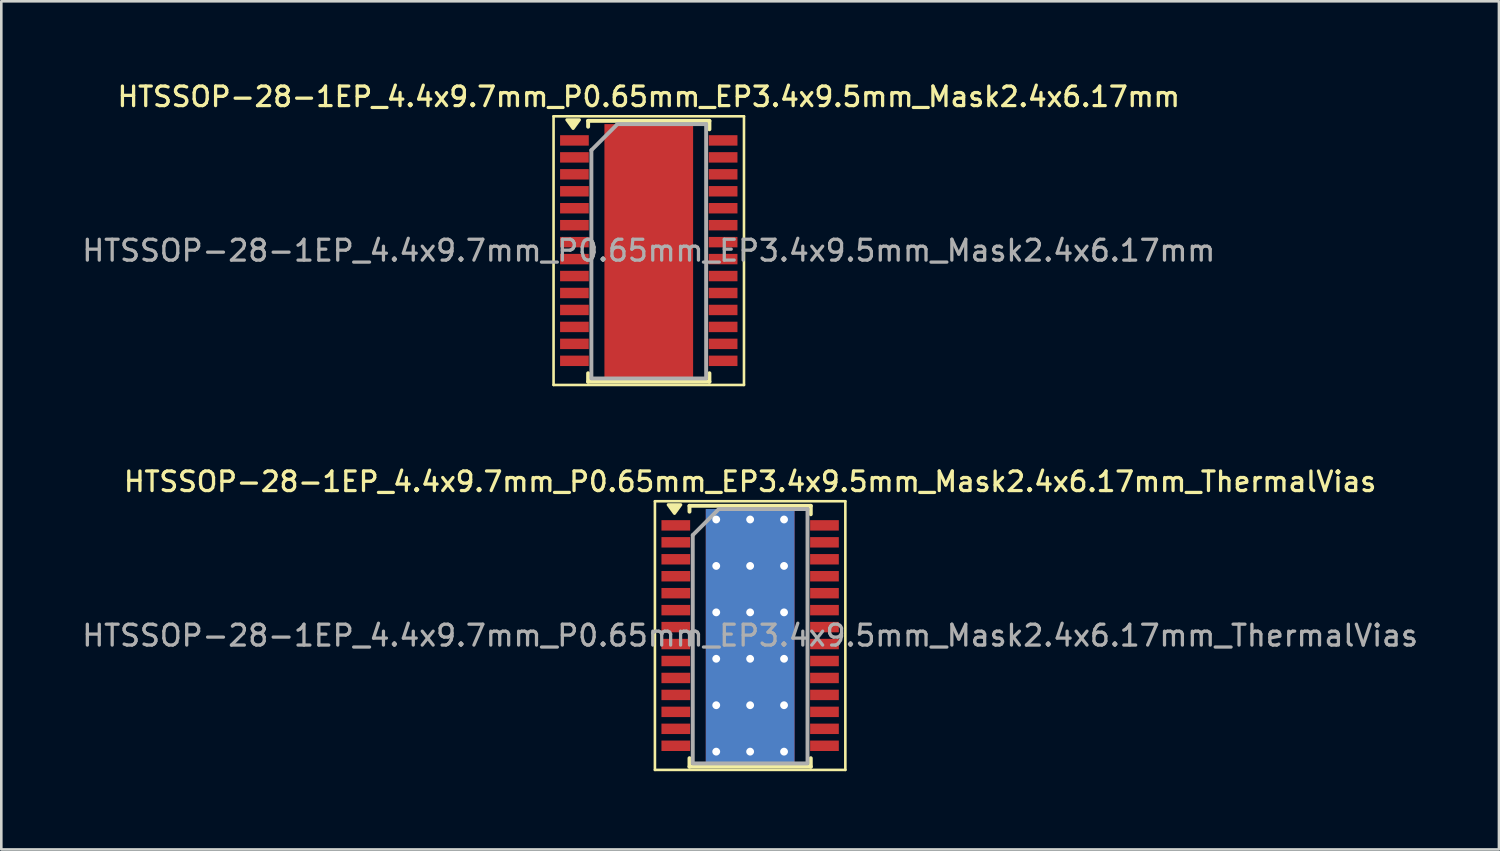
<source format=kicad_pcb>
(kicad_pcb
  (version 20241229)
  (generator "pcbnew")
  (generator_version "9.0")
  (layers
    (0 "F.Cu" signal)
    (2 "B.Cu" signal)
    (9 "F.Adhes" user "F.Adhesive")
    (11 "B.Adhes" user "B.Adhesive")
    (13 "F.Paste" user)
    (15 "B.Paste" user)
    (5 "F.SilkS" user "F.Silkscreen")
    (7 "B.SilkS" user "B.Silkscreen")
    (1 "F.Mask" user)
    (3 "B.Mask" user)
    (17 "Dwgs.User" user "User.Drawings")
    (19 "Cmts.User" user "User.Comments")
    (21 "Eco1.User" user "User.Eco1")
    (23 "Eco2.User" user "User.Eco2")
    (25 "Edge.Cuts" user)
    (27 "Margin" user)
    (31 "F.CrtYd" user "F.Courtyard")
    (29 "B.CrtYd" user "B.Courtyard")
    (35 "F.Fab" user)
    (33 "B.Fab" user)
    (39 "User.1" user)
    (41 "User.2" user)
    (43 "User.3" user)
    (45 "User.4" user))
  (footprint "HTSSOP-28-1EP_4.4x9.7mm_P0.65mm_EP3.4x9.5mm_Mask2.4x6.17mm"
    (layer "F.Cu")
    (at 21.822 6.558)
    (property "Reference" "HTSSOP-28-1EP_4.4x9.7mm_P0.65mm_EP3.4x9.5mm_Mask2.4x6.17mm" (at 0 -5.9 0) (layer "F.SilkS") (effects (font (size 0.75 0.75) (thickness 0.125))))
    (attr smd)
    (fp_line (start -3.65 -5.15) (end -3.65 5.15) (stroke (width 0.1) (type solid)) (layer "F.SilkS"))
    (fp_line (start -3.65 -5.15) (end 3.65 -5.15) (stroke (width 0.1) (type solid)) (layer "F.SilkS"))
    (fp_line (start -3.65 5.15) (end 3.65 5.15) (stroke (width 0.1) (type solid)) (layer "F.SilkS"))
    (fp_line (start -2.325 -4.975) (end -2.325 -4.75) (stroke (width 0.15) (type solid)) (layer "F.SilkS"))
    (fp_line (start -2.325 -4.975) (end 2.325 -4.975) (stroke (width 0.15) (type solid)) (layer "F.SilkS"))
    (fp_line (start -2.325 5.026) (end -2.325 4.701) (stroke (width 0.15) (type solid)) (layer "F.SilkS"))
    (fp_line (start -2.325 5.026) (end 2.325 5.026) (stroke (width 0.15) (type solid)) (layer "F.SilkS"))
    (fp_line (start 2.325 -4.975) (end 2.325 -4.65) (stroke (width 0.15) (type solid)) (layer "F.SilkS"))
    (fp_line (start 2.325 5.026) (end 2.325 4.701) (stroke (width 0.15) (type solid)) (layer "F.SilkS"))
    (fp_line (start 3.65 -5.15) (end 3.65 5.15) (stroke (width 0.1) (type solid)) (layer "F.SilkS"))
    (fp_poly (pts (xy -2.9 -4.685) (xy -3.14 -5.015) (xy -2.66 -5.015) (xy -2.9 -4.685)) (stroke (width 0.12) (type solid)) (fill yes) (layer "F.SilkS"))
    (fp_line (start -2.2 -3.85) (end -1.2 -4.85) (stroke (width 0.15) (type solid)) (layer "F.Fab"))
    (fp_line (start -2.2 4.85) (end -2.2 -3.85) (stroke (width 0.15) (type solid)) (layer "F.Fab"))
    (fp_line (start -1.2 -4.85) (end 2.2 -4.85) (stroke (width 0.15) (type solid)) (layer "F.Fab"))
    (fp_line (start 2.2 -4.85) (end 2.2 4.85) (stroke (width 0.15) (type solid)) (layer "F.Fab"))
    (fp_line (start 2.2 4.901) (end -2.2 4.901) (stroke (width 0.15) (type solid)) (layer "F.Fab"))
    (fp_text user "${REFERENCE}" (at 0 0 0) (layer "F.Fab") (effects (font (size 0.8 0.8) (thickness 0.125))))
    (pad "" smd rect (at -0.6 -2.468) (size 0.9 0.93) (layers "F.Paste"))
    (pad "" smd rect (at -0.6 -1.234) (size 0.9 0.93) (layers "F.Paste"))
    (pad "" smd rect (at -0.6 0) (size 0.9 0.93) (layers "F.Paste"))
    (pad "" smd rect (at -0.6 1.234) (size 0.9 0.93) (layers "F.Paste"))
    (pad "" smd rect (at -0.6 2.468) (size 0.9 0.93) (layers "F.Paste"))
    (pad "" smd rect (at 0 0) (size 2.4 6.17) (layers "F.Mask"))
    (pad "" smd rect (at 0.6 -2.468) (size 0.9 0.93) (layers "F.Paste"))
    (pad "" smd rect (at 0.6 -1.234) (size 0.9 0.93) (layers "F.Paste"))
    (pad "" smd rect (at 0.6 0) (size 0.9 0.93) (layers "F.Paste"))
    (pad "" smd rect (at 0.6 1.234) (size 0.9 0.93) (layers "F.Paste"))
    (pad "" smd rect (at 0.6 2.468) (size 0.9 0.93) (layers "F.Paste"))
    (pad "1" smd rect (at -2.85 -4.225) (size 1.1 0.4) (layers "F.Cu" "F.Mask" "F.Paste"))
    (pad "2" smd rect (at -2.85 -3.575) (size 1.1 0.4) (layers "F.Cu" "F.Mask" "F.Paste"))
    (pad "3" smd rect (at -2.85 -2.925) (size 1.1 0.4) (layers "F.Cu" "F.Mask" "F.Paste"))
    (pad "4" smd rect (at -2.85 -2.275) (size 1.1 0.4) (layers "F.Cu" "F.Mask" "F.Paste"))
    (pad "5" smd rect (at -2.85 -1.625) (size 1.1 0.4) (layers "F.Cu" "F.Mask" "F.Paste"))
    (pad "6" smd rect (at -2.85 -0.975) (size 1.1 0.4) (layers "F.Cu" "F.Mask" "F.Paste"))
    (pad "7" smd rect (at -2.85 -0.325) (size 1.1 0.4) (layers "F.Cu" "F.Mask" "F.Paste"))
    (pad "8" smd rect (at -2.85 0.325) (size 1.1 0.4) (layers "F.Cu" "F.Mask" "F.Paste"))
    (pad "9" smd rect (at -2.85 0.975) (size 1.1 0.4) (layers "F.Cu" "F.Mask" "F.Paste"))
    (pad "10" smd rect (at -2.85 1.625) (size 1.1 0.4) (layers "F.Cu" "F.Mask" "F.Paste"))
    (pad "11" smd rect (at -2.85 2.275) (size 1.1 0.4) (layers "F.Cu" "F.Mask" "F.Paste"))
    (pad "12" smd rect (at -2.85 2.925) (size 1.1 0.4) (layers "F.Cu" "F.Mask" "F.Paste"))
    (pad "13" smd rect (at -2.85 3.575) (size 1.1 0.4) (layers "F.Cu" "F.Mask" "F.Paste"))
    (pad "14" smd rect (at -2.85 4.225) (size 1.1 0.4) (layers "F.Cu" "F.Mask" "F.Paste"))
    (pad "15" smd rect (at 2.85 4.225) (size 1.1 0.4) (layers "F.Cu" "F.Mask" "F.Paste"))
    (pad "16" smd rect (at 2.85 3.575) (size 1.1 0.4) (layers "F.Cu" "F.Mask" "F.Paste"))
    (pad "17" smd rect (at 2.85 2.925) (size 1.1 0.4) (layers "F.Cu" "F.Mask" "F.Paste"))
    (pad "18" smd rect (at 2.85 2.275) (size 1.1 0.4) (layers "F.Cu" "F.Mask" "F.Paste"))
    (pad "19" smd rect (at 2.85 1.625) (size 1.1 0.4) (layers "F.Cu" "F.Mask" "F.Paste"))
    (pad "20" smd rect (at 2.85 0.975) (size 1.1 0.4) (layers "F.Cu" "F.Mask" "F.Paste"))
    (pad "21" smd rect (at 2.85 0.325) (size 1.1 0.4) (layers "F.Cu" "F.Mask" "F.Paste"))
    (pad "22" smd rect (at 2.85 -0.325) (size 1.1 0.4) (layers "F.Cu" "F.Mask" "F.Paste"))
    (pad "23" smd rect (at 2.85 -0.975) (size 1.1 0.4) (layers "F.Cu" "F.Mask" "F.Paste"))
    (pad "24" smd rect (at 2.85 -1.625) (size 1.1 0.4) (layers "F.Cu" "F.Mask" "F.Paste"))
    (pad "25" smd rect (at 2.85 -2.275) (size 1.1 0.4) (layers "F.Cu" "F.Mask" "F.Paste"))
    (pad "26" smd rect (at 2.85 -2.925) (size 1.1 0.4) (layers "F.Cu" "F.Mask" "F.Paste"))
    (pad "27" smd rect (at 2.85 -3.575) (size 1.1 0.4) (layers "F.Cu" "F.Mask" "F.Paste"))
    (pad "28" smd rect (at 2.85 -4.225) (size 1.1 0.4) (layers "F.Cu" "F.Mask" "F.Paste"))
    (pad "29" smd rect (at 0 0) (size 3.4 9.7) (layers "F.Cu")))
  (footprint "HTSSOP-28-1EP_4.4x9.7mm_P0.65mm_EP3.4x9.5mm_Mask2.4x6.17mm_ThermalVias"
    (layer "F.Cu")
    (at 25.708 21.316)
    (property "Reference" "HTSSOP-28-1EP_4.4x9.7mm_P0.65mm_EP3.4x9.5mm_Mask2.4x6.17mm_ThermalVias" (at 0 -5.9 0) (layer "F.SilkS") (effects (font (size 0.75 0.75) (thickness 0.125))))
    (attr smd)
    (fp_line (start -3.65 -5.15) (end -3.65 5.15) (stroke (width 0.1) (type solid)) (layer "F.SilkS"))
    (fp_line (start -3.65 -5.15) (end 3.65 -5.15) (stroke (width 0.1) (type solid)) (layer "F.SilkS"))
    (fp_line (start -3.65 5.15) (end 3.65 5.15) (stroke (width 0.1) (type solid)) (layer "F.SilkS"))
    (fp_line (start -2.325 -4.975) (end -2.325 -4.75) (stroke (width 0.15) (type solid)) (layer "F.SilkS"))
    (fp_line (start -2.325 -4.975) (end 2.325 -4.975) (stroke (width 0.15) (type solid)) (layer "F.SilkS"))
    (fp_line (start -2.325 5.026) (end -2.325 4.701) (stroke (width 0.15) (type solid)) (layer "F.SilkS"))
    (fp_line (start -2.325 5.026) (end 2.325 5.026) (stroke (width 0.15) (type solid)) (layer "F.SilkS"))
    (fp_line (start 2.325 -4.975) (end 2.325 -4.65) (stroke (width 0.15) (type solid)) (layer "F.SilkS"))
    (fp_line (start 2.325 5.026) (end 2.325 4.701) (stroke (width 0.15) (type solid)) (layer "F.SilkS"))
    (fp_line (start 3.65 -5.15) (end 3.65 5.15) (stroke (width 0.1) (type solid)) (layer "F.SilkS"))
    (fp_poly (pts (xy -2.9 -4.685) (xy -3.14 -5.015) (xy -2.66 -5.015) (xy -2.9 -4.685)) (stroke (width 0.12) (type solid)) (fill yes) (layer "F.SilkS"))
    (fp_line (start -2.2 -3.85) (end -1.2 -4.85) (stroke (width 0.15) (type solid)) (layer "F.Fab"))
    (fp_line (start -2.2 4.85) (end -2.2 -3.85) (stroke (width 0.15) (type solid)) (layer "F.Fab"))
    (fp_line (start -1.2 -4.85) (end 2.2 -4.85) (stroke (width 0.15) (type solid)) (layer "F.Fab"))
    (fp_line (start 2.2 -4.85) (end 2.2 4.85) (stroke (width 0.15) (type solid)) (layer "F.Fab"))
    (fp_line (start 2.2 4.901) (end -2.2 4.901) (stroke (width 0.15) (type solid)) (layer "F.Fab"))
    (fp_text user "${REFERENCE}" (at 0 0 0) (layer "F.Fab") (effects (font (size 0.8 0.8) (thickness 0.125))))
    (pad "" smd rect (at -0.6 -1.78) (size 0.9 1.4) (layers "F.Paste"))
    (pad "" smd rect (at -0.6 0) (size 0.9 1.4) (layers "F.Paste"))
    (pad "" smd rect (at -0.6 1.78) (size 0.9 1.4) (layers "F.Paste"))
    (pad "" smd rect (at 0 0) (size 2.4 6.17) (layers "F.Mask"))
    (pad "" smd rect (at 0.6 -1.78) (size 0.9 1.4) (layers "F.Paste"))
    (pad "" smd rect (at 0.6 0) (size 0.9 1.4) (layers "F.Paste"))
    (pad "" smd rect (at 0.6 1.78) (size 0.9 1.4) (layers "F.Paste"))
    (pad "1" smd rect (at -2.85 -4.225) (size 1.1 0.4) (layers "F.Cu" "F.Mask" "F.Paste"))
    (pad "2" smd rect (at -2.85 -3.575) (size 1.1 0.4) (layers "F.Cu" "F.Mask" "F.Paste"))
    (pad "3" smd rect (at -2.85 -2.925) (size 1.1 0.4) (layers "F.Cu" "F.Mask" "F.Paste"))
    (pad "4" smd rect (at -2.85 -2.275) (size 1.1 0.4) (layers "F.Cu" "F.Mask" "F.Paste"))
    (pad "5" smd rect (at -2.85 -1.625) (size 1.1 0.4) (layers "F.Cu" "F.Mask" "F.Paste"))
    (pad "6" smd rect (at -2.85 -0.975) (size 1.1 0.4) (layers "F.Cu" "F.Mask" "F.Paste"))
    (pad "7" smd rect (at -2.85 -0.325) (size 1.1 0.4) (layers "F.Cu" "F.Mask" "F.Paste"))
    (pad "8" smd rect (at -2.85 0.325) (size 1.1 0.4) (layers "F.Cu" "F.Mask" "F.Paste"))
    (pad "9" smd rect (at -2.85 0.975) (size 1.1 0.4) (layers "F.Cu" "F.Mask" "F.Paste"))
    (pad "10" smd rect (at -2.85 1.625) (size 1.1 0.4) (layers "F.Cu" "F.Mask" "F.Paste"))
    (pad "11" smd rect (at -2.85 2.275) (size 1.1 0.4) (layers "F.Cu" "F.Mask" "F.Paste"))
    (pad "12" smd rect (at -2.85 2.925) (size 1.1 0.4) (layers "F.Cu" "F.Mask" "F.Paste"))
    (pad "13" smd rect (at -2.85 3.575) (size 1.1 0.4) (layers "F.Cu" "F.Mask" "F.Paste"))
    (pad "14" smd rect (at -2.85 4.225) (size 1.1 0.4) (layers "F.Cu" "F.Mask" "F.Paste"))
    (pad "15" smd rect (at 2.85 4.225) (size 1.1 0.4) (layers "F.Cu" "F.Mask" "F.Paste"))
    (pad "16" smd rect (at 2.85 3.575) (size 1.1 0.4) (layers "F.Cu" "F.Mask" "F.Paste"))
    (pad "17" smd rect (at 2.85 2.925) (size 1.1 0.4) (layers "F.Cu" "F.Mask" "F.Paste"))
    (pad "18" smd rect (at 2.85 2.275) (size 1.1 0.4) (layers "F.Cu" "F.Mask" "F.Paste"))
    (pad "19" smd rect (at 2.85 1.625) (size 1.1 0.4) (layers "F.Cu" "F.Mask" "F.Paste"))
    (pad "20" smd rect (at 2.85 0.975) (size 1.1 0.4) (layers "F.Cu" "F.Mask" "F.Paste"))
    (pad "21" smd rect (at 2.85 0.325) (size 1.1 0.4) (layers "F.Cu" "F.Mask" "F.Paste"))
    (pad "22" smd rect (at 2.85 -0.325) (size 1.1 0.4) (layers "F.Cu" "F.Mask" "F.Paste"))
    (pad "23" smd rect (at 2.85 -0.975) (size 1.1 0.4) (layers "F.Cu" "F.Mask" "F.Paste"))
    (pad "24" smd rect (at 2.85 -1.625) (size 1.1 0.4) (layers "F.Cu" "F.Mask" "F.Paste"))
    (pad "25" smd rect (at 2.85 -2.275) (size 1.1 0.4) (layers "F.Cu" "F.Mask" "F.Paste"))
    (pad "26" smd rect (at 2.85 -2.925) (size 1.1 0.4) (layers "F.Cu" "F.Mask" "F.Paste"))
    (pad "27" smd rect (at 2.85 -3.575) (size 1.1 0.4) (layers "F.Cu" "F.Mask" "F.Paste"))
    (pad "28" smd rect (at 2.85 -4.225) (size 1.1 0.4) (layers "F.Cu" "F.Mask" "F.Paste"))
    (pad "29" thru_hole circle (at -1.3 -4.45) (size 0.6 0.6) (drill 0.3) (layers "*.Cu"))
    (pad "29" thru_hole circle (at -1.3 -2.67) (size 0.6 0.6) (drill 0.3) (layers "*.Cu"))
    (pad "29" thru_hole circle (at -1.3 -0.89) (size 0.6 0.6) (drill 0.3) (layers "*.Cu"))
    (pad "29" thru_hole circle (at -1.3 0.89) (size 0.6 0.6) (drill 0.3) (layers "*.Cu"))
    (pad "29" thru_hole circle (at -1.3 2.67) (size 0.6 0.6) (drill 0.3) (layers "*.Cu"))
    (pad "29" thru_hole circle (at -1.3 4.45) (size 0.6 0.6) (drill 0.3) (layers "*.Cu"))
    (pad "29" thru_hole circle (at 0 -4.45) (size 0.6 0.6) (drill 0.3) (layers "*.Cu"))
    (pad "29" thru_hole circle (at 0 -2.67) (size 0.6 0.6) (drill 0.3) (layers "*.Cu"))
    (pad "29" thru_hole circle (at 0 -0.89) (size 0.6 0.6) (drill 0.3) (layers "*.Cu"))
    (pad "29" smd rect (at 0 0) (size 3.4 9.7) (layers "F.Cu"))
    (pad "29" smd rect (at 0 0) (size 3.4 9.7) (layers "B.Cu"))
    (pad "29" thru_hole circle (at 0 0.89) (size 0.6 0.6) (drill 0.3) (layers "*.Cu"))
    (pad "29" thru_hole circle (at 0 2.67) (size 0.6 0.6) (drill 0.3) (layers "*.Cu"))
    (pad "29" thru_hole circle (at 0 4.45) (size 0.6 0.6) (drill 0.3) (layers "*.Cu"))
    (pad "29" thru_hole circle (at 1.3 -4.45) (size 0.6 0.6) (drill 0.3) (layers "*.Cu"))
    (pad "29" thru_hole circle (at 1.3 -2.67) (size 0.6 0.6) (drill 0.3) (layers "*.Cu"))
    (pad "29" thru_hole circle (at 1.3 -0.89) (size 0.6 0.6) (drill 0.3) (layers "*.Cu"))
    (pad "29" thru_hole circle (at 1.3 0.89) (size 0.6 0.6) (drill 0.3) (layers "*.Cu"))
    (pad "29" thru_hole circle (at 1.3 2.67) (size 0.6 0.6) (drill 0.3) (layers "*.Cu"))
    (pad "29" thru_hole circle (at 1.3 4.45) (size 0.6 0.6) (drill 0.3) (layers "*.Cu")))
  (gr_rect
    (start -3 -3)
    (end 54.415 29.516)
    (stroke (width 0.1) (type default))
    (fill no)
    (layer "Edge.Cuts")))
</source>
